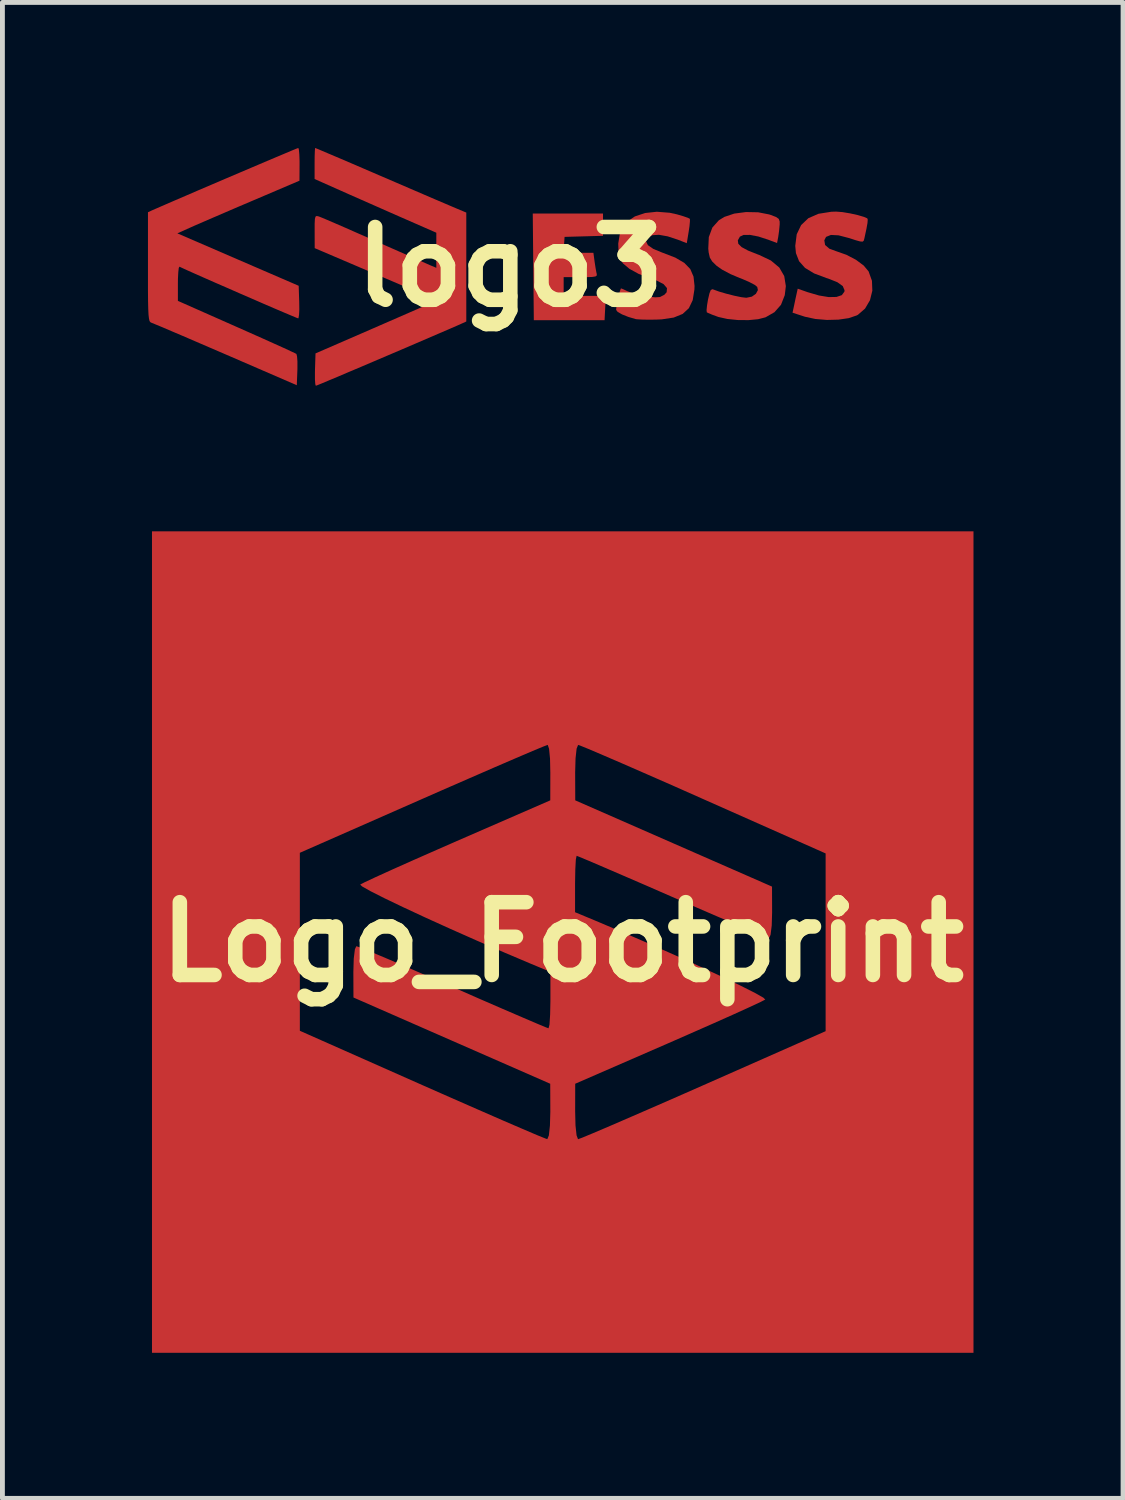
<source format=kicad_pcb>
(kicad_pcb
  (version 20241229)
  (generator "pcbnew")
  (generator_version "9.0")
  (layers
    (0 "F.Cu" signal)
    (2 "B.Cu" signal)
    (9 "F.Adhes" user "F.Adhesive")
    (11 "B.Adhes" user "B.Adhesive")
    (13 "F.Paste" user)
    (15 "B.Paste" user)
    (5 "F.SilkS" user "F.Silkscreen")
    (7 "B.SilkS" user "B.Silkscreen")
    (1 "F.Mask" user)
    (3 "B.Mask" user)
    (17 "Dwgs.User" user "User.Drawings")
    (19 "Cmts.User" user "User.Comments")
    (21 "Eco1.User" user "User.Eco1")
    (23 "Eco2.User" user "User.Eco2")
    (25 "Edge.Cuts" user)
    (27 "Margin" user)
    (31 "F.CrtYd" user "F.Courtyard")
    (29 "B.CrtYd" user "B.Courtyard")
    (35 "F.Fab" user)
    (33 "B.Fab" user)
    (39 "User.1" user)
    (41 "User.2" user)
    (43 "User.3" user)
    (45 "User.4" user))
  (footprint "logo3"
    (layer "F.Cu")
    (at 7.469 2.451)
    (property "Reference" "logo3" (at 0 0 0) (layer "F.SilkS") (effects (font (size 1.5 1.5) (thickness 0.3))))
    (attr board_only exclude_from_pos_files exclude_from_bom)
    (fp_poly (pts (xy 1.187 -1.1) (xy 1.911 -1.1) (xy 1.911 -0.87) (xy 1.911 -0.64) (xy 1.515 -0.629) (xy 1.119 -0.618) (xy 1.108 -0.454) (xy 1.096 -0.29) (xy 1.404 -0.29) (xy 1.713 -0.29) (xy 1.738 -0.106) (xy 1.757 0.018) (xy 1.775 0.118) (xy 1.782 0.145) (xy 1.783 0.177) (xy 1.757 0.197) (xy 1.691 0.208) (xy 1.57 0.212) (xy 1.45 0.212) (xy 1.1 0.212) (xy 1.1 0.405) (xy 1.1 0.598) (xy 1.534 0.598) (xy 1.969 0.598) (xy 1.956 0.849) (xy 1.943 1.1) (xy 1.214 1.1) (xy 0.485 1.1) (xy 0.474 -0.000024) (xy 0.463 -1.1)) (stroke (width 0) (type solid)) (fill yes) (layer "F.Cu"))
    (fp_poly (pts (xy 6.845 -1.129) (xy 7.002 -1.103) (xy 7.161 -1.068) (xy 7.293 -1.029) (xy 7.359 -1) (xy 7.368 -0.973) (xy 7.363 -0.904) (xy 7.341 -0.782) (xy 7.301 -0.597) (xy 7.296 -0.576) (xy 7.285 -0.538) (xy 7.262 -0.52) (xy 7.211 -0.524) (xy 7.117 -0.55) (xy 6.986 -0.593) (xy 6.767 -0.65) (xy 6.609 -0.658) (xy 6.509 -0.618) (xy 6.473 -0.547) (xy 6.489 -0.451) (xy 6.578 -0.374) (xy 6.712 -0.325) (xy 6.928 -0.249) (xy 7.125 -0.146) (xy 7.285 -0.027) (xy 7.386 0.094) (xy 7.455 0.287) (xy 7.463 0.491) (xy 7.414 0.688) (xy 7.313 0.86) (xy 7.167 0.987) (xy 7.141 1.001) (xy 6.977 1.057) (xy 6.764 1.088) (xy 6.526 1.094) (xy 6.287 1.074) (xy 6.073 1.028) (xy 6.055 1.022) (xy 5.818 0.945) (xy 5.853 0.782) (xy 5.879 0.658) (xy 5.902 0.553) (xy 5.906 0.534) (xy 5.925 0.45) (xy 6.13 0.522) (xy 6.363 0.59) (xy 6.563 0.623) (xy 6.724 0.62) (xy 6.834 0.583) (xy 6.887 0.511) (xy 6.89 0.482) (xy 6.853 0.396) (xy 6.741 0.316) (xy 6.552 0.241) (xy 6.521 0.232) (xy 6.263 0.135) (xy 6.076 0.022) (xy 5.953 -0.116) (xy 5.888 -0.283) (xy 5.874 -0.433) (xy 5.904 -0.671) (xy 5.995 -0.861) (xy 6.144 -1.003) (xy 6.352 -1.094) (xy 6.618 -1.136) (xy 6.717 -1.139)) (stroke (width 0) (type solid)) (fill yes) (layer "F.Cu"))
    (fp_poly (pts (xy 3.287 -1.115) (xy 3.437 -1.082) (xy 3.566 -1.044) (xy 3.661 -1.011) (xy 3.702 -0.99) (xy 3.703 -0.941) (xy 3.694 -0.84) (xy 3.677 -0.726) (xy 3.638 -0.488) (xy 3.457 -0.559) (xy 3.244 -0.629) (xy 3.064 -0.661) (xy 2.93 -0.653) (xy 2.863 -0.618) (xy 2.813 -0.557) (xy 2.799 -0.526) (xy 2.837 -0.447) (xy 2.948 -0.37) (xy 3.13 -0.295) (xy 3.146 -0.289) (xy 3.401 -0.191) (xy 3.587 -0.082) (xy 3.71 0.045) (xy 3.777 0.201) (xy 3.798 0.393) (xy 3.795 0.469) (xy 3.76 0.687) (xy 3.681 0.852) (xy 3.553 0.97) (xy 3.369 1.045) (xy 3.123 1.082) (xy 3.013 1.087) (xy 2.847 1.089) (xy 2.705 1.086) (xy 2.608 1.08) (xy 2.586 1.077) (xy 2.434 1.032) (xy 2.304 0.98) (xy 2.213 0.928) (xy 2.181 0.887) (xy 2.189 0.813) (xy 2.208 0.708) (xy 2.234 0.595) (xy 2.259 0.5) (xy 2.279 0.447) (xy 2.283 0.444) (xy 2.326 0.46) (xy 2.405 0.498) (xy 2.523 0.544) (xy 2.677 0.584) (xy 2.841 0.613) (xy 2.987 0.628) (xy 3.085 0.622) (xy 3.176 0.575) (xy 3.223 0.523) (xy 3.23 0.438) (xy 3.161 0.357) (xy 3.015 0.281) (xy 2.886 0.235) (xy 2.648 0.146) (xy 2.456 0.041) (xy 2.323 -0.071) (xy 2.278 -0.135) (xy 2.232 -0.29) (xy 2.225 -0.481) (xy 2.257 -0.674) (xy 2.295 -0.779) (xy 2.403 -0.928) (xy 2.568 -1.04) (xy 2.779 -1.11) (xy 3.022 -1.136)) (stroke (width 0) (type solid)) (fill yes) (layer "F.Cu"))
    (fp_poly (pts (xy 5.109 -1.125) (xy 5.335 -1.081) (xy 5.366 -1.071) (xy 5.478 -1.028) (xy 5.534 -0.989) (xy 5.553 -0.935) (xy 5.553 -0.874) (xy 5.54 -0.737) (xy 5.523 -0.617) (xy 5.499 -0.491) (xy 5.316 -0.56) (xy 5.113 -0.626) (xy 4.94 -0.659) (xy 4.808 -0.658) (xy 4.733 -0.623) (xy 4.69 -0.546) (xy 4.7 -0.476) (xy 4.769 -0.407) (xy 4.903 -0.335) (xy 5.107 -0.254) (xy 5.128 -0.247) (xy 5.372 -0.131) (xy 5.545 0.014) (xy 5.647 0.19) (xy 5.68 0.397) (xy 5.658 0.583) (xy 5.58 0.782) (xy 5.446 0.934) (xy 5.261 1.04) (xy 5.109 1.079) (xy 4.91 1.098) (xy 4.69 1.096) (xy 4.474 1.074) (xy 4.29 1.033) (xy 4.274 1.027) (xy 4.159 0.985) (xy 4.076 0.95) (xy 4.05 0.936) (xy 4.046 0.89) (xy 4.056 0.791) (xy 4.075 0.677) (xy 4.105 0.547) (xy 4.132 0.479) (xy 4.164 0.461) (xy 4.184 0.466) (xy 4.302 0.509) (xy 4.456 0.554) (xy 4.618 0.595) (xy 4.763 0.625) (xy 4.863 0.637) (xy 4.867 0.637) (xy 4.979 0.614) (xy 5.063 0.555) (xy 5.104 0.479) (xy 5.09 0.413) (xy 5.036 0.37) (xy 4.929 0.314) (xy 4.788 0.252) (xy 4.727 0.229) (xy 4.536 0.148) (xy 4.367 0.058) (xy 4.252 -0.023) (xy 4.162 -0.111) (xy 4.113 -0.191) (xy 4.089 -0.297) (xy 4.081 -0.375) (xy 4.092 -0.614) (xy 4.165 -0.81) (xy 4.3 -0.961) (xy 4.413 -1.03) (xy 4.616 -1.098) (xy 4.859 -1.13)) (stroke (width 0) (type solid)) (fill yes) (layer "F.Cu"))
    (fp_poly (pts (xy -4.358 -2.416) (xy -4.349 -2.32) (xy -4.344 -2.182) (xy -4.344 -2.113) (xy -4.346 -1.776) (xy -5.338 -1.353) (xy -5.613 -1.236) (xy -5.878 -1.122) (xy -6.122 -1.017) (xy -6.332 -0.926) (xy -6.496 -0.855) (xy -6.597 -0.81) (xy -6.863 -0.691) (xy -5.612 -0.15) (xy -4.362 0.39) (xy -4.351 0.726) (xy -4.349 0.876) (xy -4.355 0.991) (xy -4.366 1.055) (xy -4.372 1.062) (xy -4.412 1.047) (xy -4.513 1.005) (xy -4.665 0.941) (xy -4.857 0.859) (xy -5.08 0.763) (xy -5.323 0.657) (xy -5.577 0.547) (xy -5.832 0.435) (xy -6.078 0.328) (xy -6.305 0.228) (xy -6.502 0.141) (xy -6.661 0.07) (xy -6.77 0.02) (xy -6.82 -0.004) (xy -6.82 -0.004) (xy -6.834 0.023) (xy -6.844 0.111) (xy -6.851 0.246) (xy -6.852 0.339) (xy -6.852 0.701) (xy -5.646 1.235) (xy -5.36 1.362) (xy -5.097 1.479) (xy -4.864 1.584) (xy -4.671 1.671) (xy -4.525 1.739) (xy -4.435 1.781) (xy -4.409 1.795) (xy -4.396 1.844) (xy -4.388 1.949) (xy -4.388 2.09) (xy -4.389 2.131) (xy -4.401 2.44) (xy -5.867 1.805) (xy -6.185 1.668) (xy -6.482 1.54) (xy -6.751 1.424) (xy -6.984 1.325) (xy -7.173 1.244) (xy -7.311 1.187) (xy -7.389 1.155) (xy -7.402 1.15) (xy -7.421 1.139) (xy -7.437 1.115) (xy -7.448 1.067) (xy -7.457 0.99) (xy -7.463 0.873) (xy -7.467 0.709) (xy -7.469 0.49) (xy -7.469 0.207) (xy -7.469 0.002) (xy -7.469 -1.126) (xy -7.383 -1.166) (xy -7.282 -1.21) (xy -7.128 -1.277) (xy -6.93 -1.363) (xy -6.697 -1.463) (xy -6.438 -1.575) (xy -6.162 -1.693) (xy -5.877 -1.815) (xy -5.593 -1.936) (xy -5.318 -2.053) (xy -5.062 -2.162) (xy -4.833 -2.259) (xy -4.64 -2.34) (xy -4.493 -2.402) (xy -4.4 -2.44) (xy -4.369 -2.451)) (stroke (width 0) (type solid)) (fill yes) (layer "F.Cu"))
    (fp_poly (pts (xy -3.985 -2.436) (xy -3.885 -2.394) (xy -3.73 -2.328) (xy -3.527 -2.242) (xy -3.284 -2.138) (xy -3.01 -2.02) (xy -2.711 -1.891) (xy -2.661 -1.87) (xy -2.35 -1.736) (xy -2.053 -1.608) (xy -1.779 -1.49) (xy -1.54 -1.387) (xy -1.342 -1.303) (xy -1.197 -1.241) (xy -1.112 -1.205) (xy -1.11 -1.204) (xy -0.907 -1.119) (xy -0.907 0.003) (xy -0.907 1.126) (xy -0.994 1.166) (xy -1.098 1.212) (xy -1.254 1.28) (xy -1.454 1.366) (xy -1.689 1.467) (xy -1.949 1.579) (xy -2.226 1.698) (xy -2.512 1.82) (xy -2.796 1.941) (xy -3.07 2.058) (xy -3.326 2.166) (xy -3.553 2.263) (xy -3.745 2.343) (xy -3.89 2.404) (xy -3.981 2.441) (xy -4.009 2.451) (xy -4.02 2.416) (xy -4.027 2.32) (xy -4.027 2.183) (xy -4.026 2.117) (xy -4.015 1.784) (xy -2.876 1.289) (xy -2.594 1.166) (xy -2.33 1.051) (xy -2.094 0.948) (xy -1.895 0.861) (xy -1.743 0.795) (xy -1.648 0.753) (xy -1.624 0.742) (xy -1.597 0.727) (xy -1.583 0.712) (xy -1.589 0.692) (xy -1.623 0.665) (xy -1.689 0.628) (xy -1.794 0.576) (xy -1.944 0.508) (xy -2.146 0.42) (xy -2.406 0.308) (xy -2.73 0.17) (xy -2.772 0.152) (xy -4.032 -0.386) (xy -4.033 -0.726) (xy -4.033 -0.889) (xy -4.028 -0.987) (xy -4.015 -1.036) (xy -3.991 -1.049) (xy -3.951 -1.04) (xy -3.947 -1.039) (xy -3.891 -1.017) (xy -3.774 -0.968) (xy -3.605 -0.895) (xy -3.395 -0.804) (xy -3.153 -0.697) (xy -2.889 -0.581) (xy -2.818 -0.549) (xy -2.548 -0.429) (xy -2.294 -0.317) (xy -2.069 -0.218) (xy -1.881 -0.135) (xy -1.741 -0.073) (xy -1.66 -0.037) (xy -1.65 -0.033) (xy -1.525 0.02) (xy -1.525 -0.342) (xy -1.525 -0.704) (xy -2.249 -1.021) (xy -2.515 -1.138) (xy -2.8 -1.264) (xy -3.081 -1.388) (xy -3.335 -1.5) (xy -3.503 -1.575) (xy -4.034 -1.811) (xy -4.034 -2.131) (xy -4.033 -2.277) (xy -4.029 -2.389) (xy -4.024 -2.447) (xy -4.022 -2.451)) (stroke (width 0) (type solid)) (fill yes) (layer "F.Cu")))
  (footprint "Logo_Footprint"
    (layer "F.Cu")
    (at 8.55 16.369)
    (property "Reference" "Logo_Footprint" (at 0 0 0) (layer "F.SilkS") (effects (font (size 1.5 1.5) (thickness 0.3))))
    (attr board_only exclude_from_pos_files exclude_from_bom)
    (fp_poly (pts (xy 8.467 -0.000001) (xy 8.467 8.467) (xy -0.000001 8.467) (xy -8.467 8.467) (xy -8.467 -0.000001) (xy -8.467 -1.84) (xy -5.419 -1.84) (xy -5.419 -0.005) (xy -5.419 1.829) (xy -2.9 2.946) (xy -2.29 3.215) (xy -1.729 3.461) (xy -1.237 3.676) (xy -0.831 3.851) (xy -0.531 3.979) (xy -0.355 4.05) (xy -0.318 4.063) (xy -0.286 3.986) (xy -0.264 3.784) (xy -0.256 3.499) (xy -0.256 3.492) (xy -0.258 2.921) (xy -2.286 2.032) (xy -4.314 1.143) (xy -4.316 0.614) (xy -4.308 0.34) (xy -4.284 0.148) (xy -4.254 0.085) (xy -4.162 0.117) (xy -3.937 0.209) (xy -3.6 0.351) (xy -3.173 0.534) (xy -2.679 0.749) (xy -2.26 0.931) (xy -1.73 1.164) (xy -1.251 1.372) (xy -0.847 1.546) (xy -0.539 1.678) (xy -0.347 1.758) (xy -0.293 1.778) (xy -0.273 1.701) (xy -0.26 1.497) (xy -0.254 1.211) (xy -0.254 1.197) (xy -0.254 0.615) (xy -0.656 0.448) (xy -1.208 0.214) (xy -1.769 -0.029) (xy -2.317 -0.272) (xy -2.831 -0.505) (xy -3.291 -0.719) (xy -3.676 -0.904) (xy -3.965 -1.05) (xy -4.136 -1.147) (xy -4.175 -1.185) (xy -4.152 -1.197) (xy 0.254 -1.197) (xy 0.254 -0.615) (xy 0.656 -0.448) (xy 1.208 -0.214) (xy 1.769 0.029) (xy 2.317 0.272) (xy 2.831 0.505) (xy 3.291 0.719) (xy 3.676 0.904) (xy 3.965 1.05) (xy 4.136 1.147) (xy 4.175 1.185) (xy 4.081 1.234) (xy 3.854 1.34) (xy 3.515 1.494) (xy 3.087 1.685) (xy 2.59 1.904) (xy 2.182 2.083) (xy 0.257 2.921) (xy 0.256 3.492) (xy 0.263 3.779) (xy 0.285 3.984) (xy 0.315 4.064) (xy 0.316 4.064) (xy 0.405 4.031) (xy 0.631 3.937) (xy 0.974 3.791) (xy 1.415 3.6) (xy 1.937 3.373) (xy 2.519 3.118) (xy 2.898 2.951) (xy 5.419 1.837) (xy 5.419 0.005) (xy 5.419 -1.827) (xy 2.9 -2.945) (xy 2.29 -3.216) (xy 1.729 -3.462) (xy 1.237 -3.677) (xy 0.831 -3.852) (xy 0.531 -3.98) (xy 0.356 -4.051) (xy 0.317 -4.064) (xy 0.286 -3.987) (xy 0.264 -3.784) (xy 0.256 -3.499) (xy 0.256 -3.493) (xy 0.258 -2.921) (xy 2.286 -2.032) (xy 4.314 -1.143) (xy 4.316 -0.614) (xy 4.308 -0.34) (xy 4.284 -0.149) (xy 4.254 -0.085) (xy 4.163 -0.118) (xy 3.937 -0.209) (xy 3.6 -0.351) (xy 3.173 -0.533) (xy 2.678 -0.747) (xy 2.254 -0.932) (xy 1.723 -1.164) (xy 1.244 -1.371) (xy 0.84 -1.545) (xy 0.532 -1.677) (xy 0.34 -1.757) (xy 0.286 -1.778) (xy 0.27 -1.701) (xy 0.259 -1.497) (xy 0.254 -1.211) (xy 0.254 -1.197) (xy -4.152 -1.197) (xy -4.081 -1.234) (xy -3.854 -1.34) (xy -3.515 -1.494) (xy -3.087 -1.685) (xy -2.59 -1.904) (xy -2.182 -2.083) (xy -0.257 -2.921) (xy -0.256 -3.493) (xy -0.262 -3.779) (xy -0.282 -3.984) (xy -0.309 -4.064) (xy -0.31 -4.064) (xy -0.398 -4.031) (xy -0.622 -3.938) (xy -0.964 -3.792) (xy -1.405 -3.602) (xy -1.926 -3.375) (xy -2.508 -3.121) (xy -2.892 -2.952) (xy -5.419 -1.84) (xy -8.467 -1.84) (xy -8.467 -8.467) (xy -0.000001 -8.467) (xy 8.467 -8.467)) (stroke (width 0) (type solid)) (fill yes) (layer "F.Cu")))
  (gr_rect
    (start -3 -3)
    (end 20.1 27.836)
    (stroke (width 0.1) (type default))
    (fill no)
    (layer "Edge.Cuts")))
</source>
